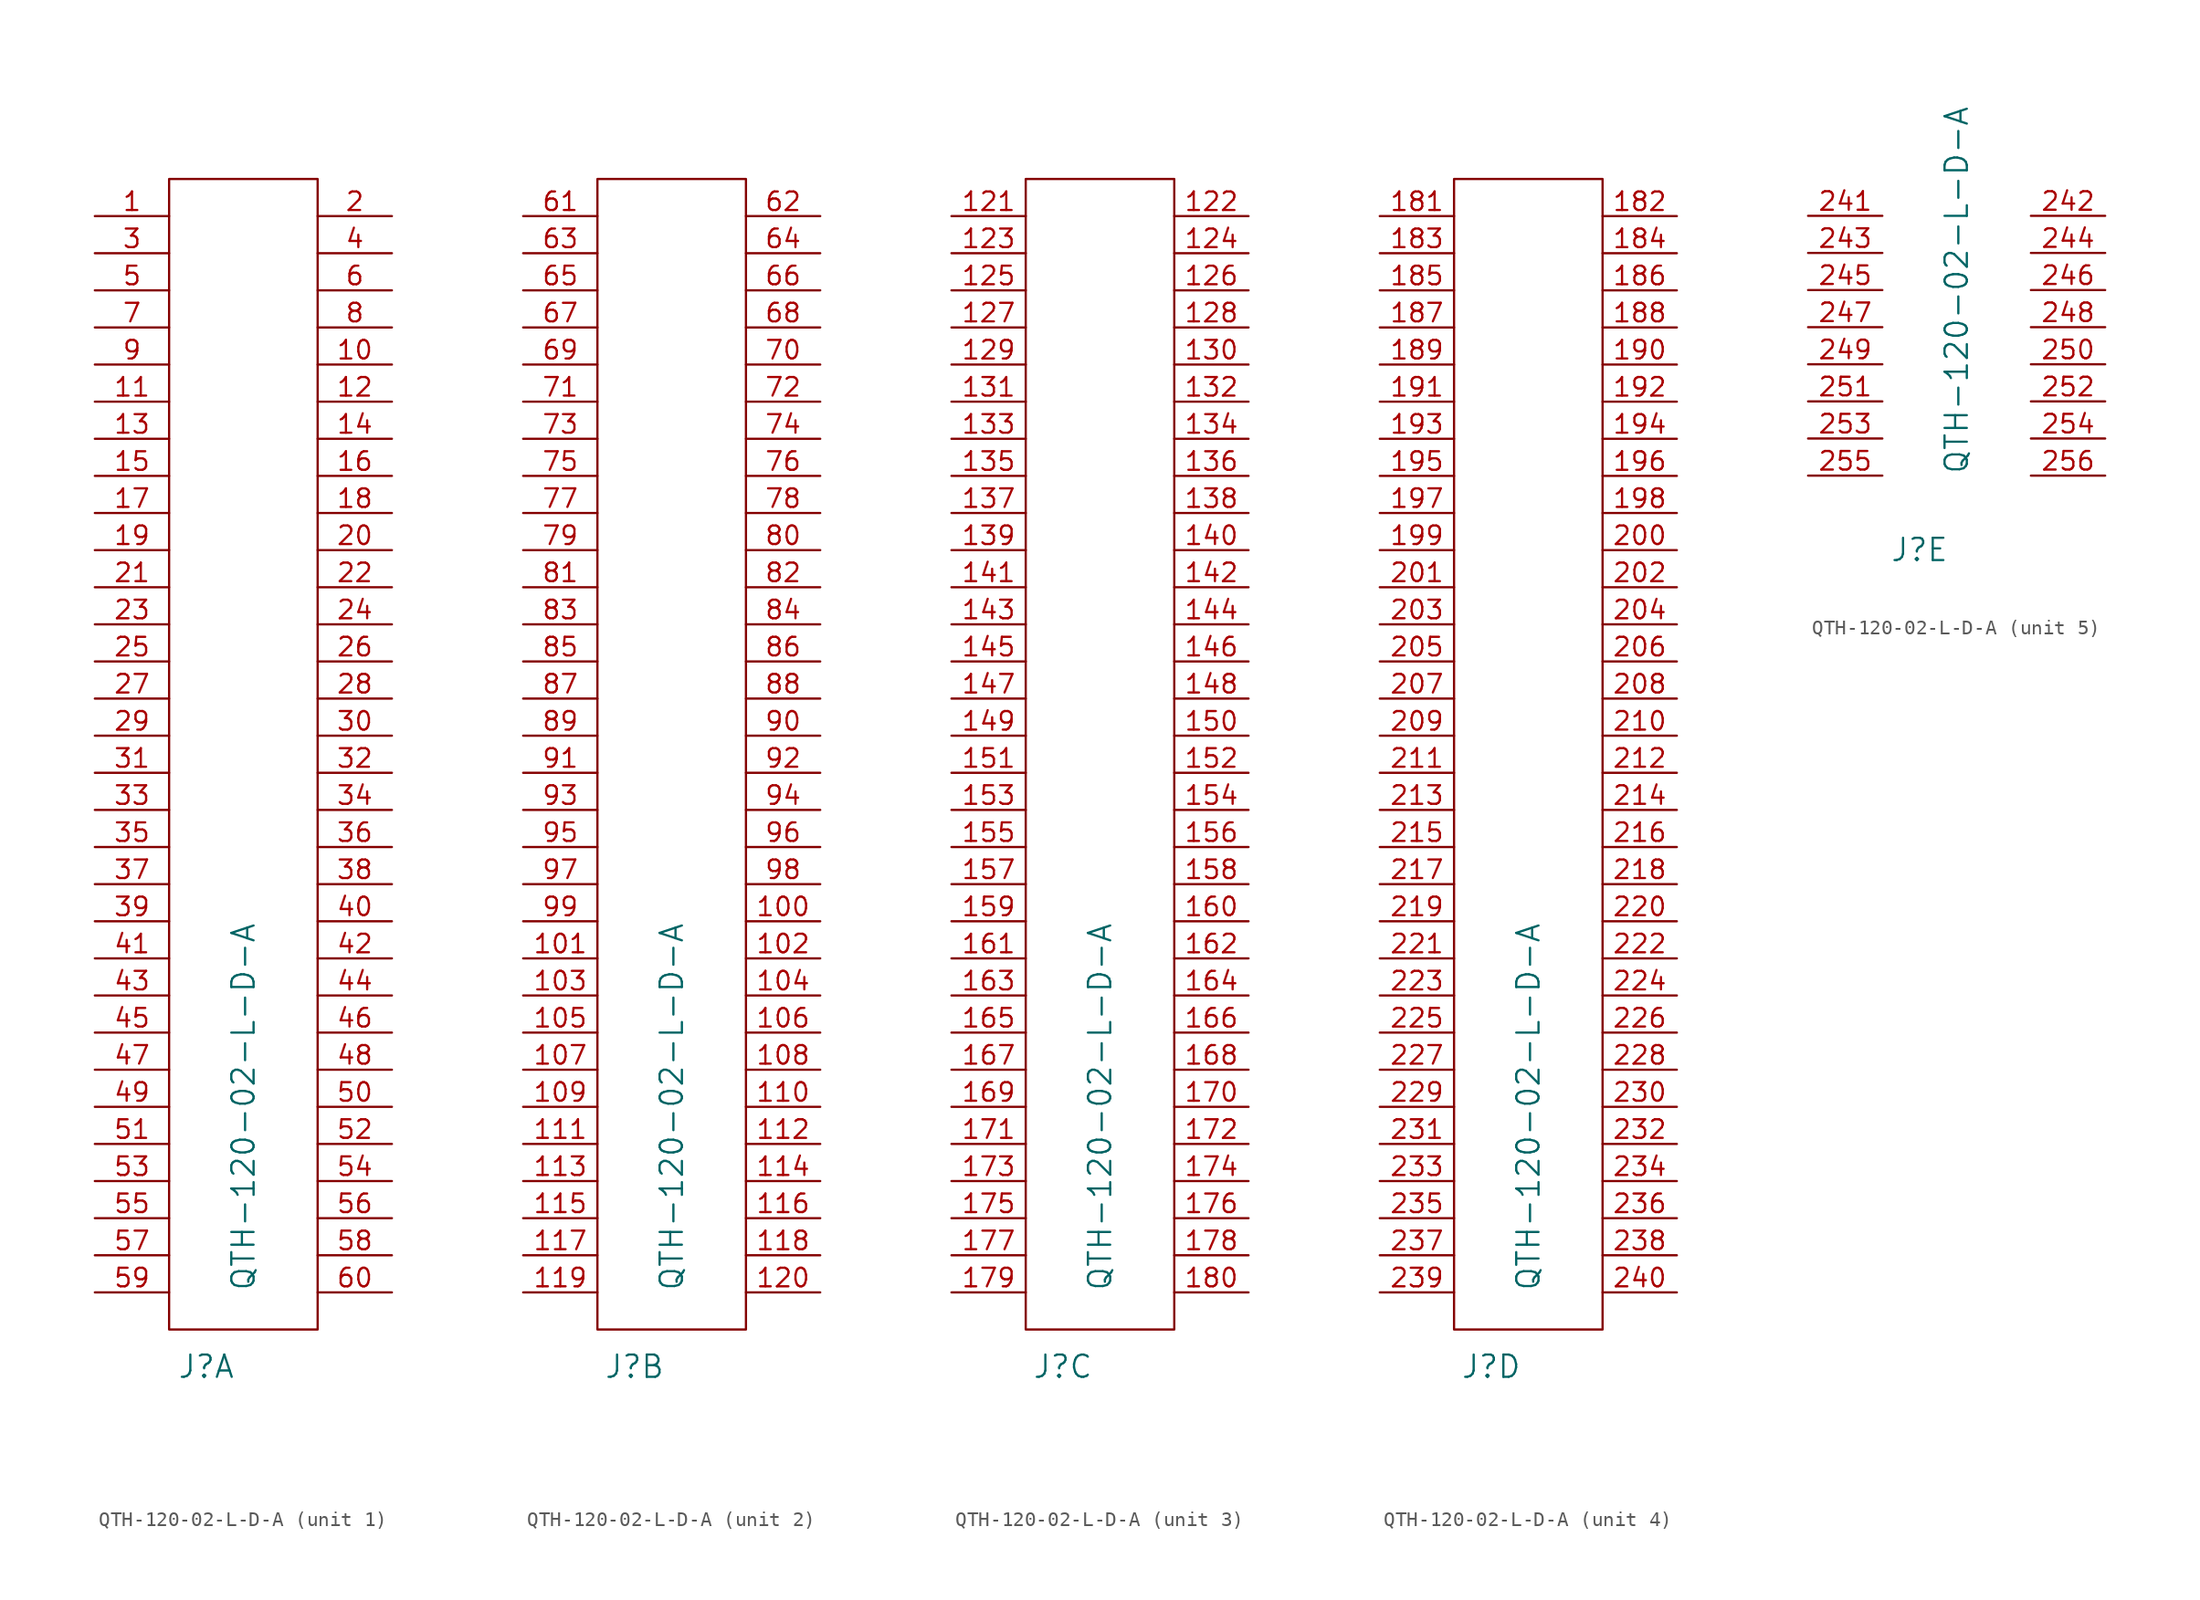
<source format=kicad_sym>
(kicad_symbol_lib
  (version 20220914)
  (generator kicad_symbol_editor)
  (symbol "QTH-120-02-L-D-A"
    (pin_names
      (offset 1.016) hide)
    (property "Reference" "J"
      (at 2.54 -2.54 0)
      (effects (font (size 1.524 1.524))))
    (property "Value" "QTH-120-02-L-D-A"
      (at 5.08 15.24 90)
      (effects (font (size 1.524 1.524))))
    (property "ki_locked" ""
      (at 0 0 0)
      (effects (font (size 1.27 1.27))))
    (symbol "QTH-120-02-L-D-A_1_1"
      (rectangle (start 0 78.74) (end 10.16 0) (stroke (width 0) (type solid)) (fill (type none)))
      (pin passive line (at -5.08 76.2 0) (length 5.08) (name "1" (effects (font (size 1.27 1.27)))) (number "1" (effects (font (size 1.27 1.27)))))
      (pin passive line (at 15.24 66.04 180) (length 5.08) (name "10" (effects (font (size 1.27 1.27)))) (number "10" (effects (font (size 1.27 1.27)))))
      (pin passive line (at -5.08 63.5 0) (length 5.08) (name "11" (effects (font (size 1.27 1.27)))) (number "11" (effects (font (size 1.27 1.27)))))
      (pin passive line (at 15.24 63.5 180) (length 5.08) (name "12" (effects (font (size 1.27 1.27)))) (number "12" (effects (font (size 1.27 1.27)))))
      (pin passive line (at -5.08 60.96 0) (length 5.08) (name "13" (effects (font (size 1.27 1.27)))) (number "13" (effects (font (size 1.27 1.27)))))
      (pin passive line (at 15.24 60.96 180) (length 5.08) (name "14" (effects (font (size 1.27 1.27)))) (number "14" (effects (font (size 1.27 1.27)))))
      (pin passive line (at -5.08 58.42 0) (length 5.08) (name "15" (effects (font (size 1.27 1.27)))) (number "15" (effects (font (size 1.27 1.27)))))
      (pin passive line (at 15.24 58.42 180) (length 5.08) (name "16" (effects (font (size 1.27 1.27)))) (number "16" (effects (font (size 1.27 1.27)))))
      (pin passive line (at -5.08 55.88 0) (length 5.08) (name "17" (effects (font (size 1.27 1.27)))) (number "17" (effects (font (size 1.27 1.27)))))
      (pin passive line (at 15.24 55.88 180) (length 5.08) (name "18" (effects (font (size 1.27 1.27)))) (number "18" (effects (font (size 1.27 1.27)))))
      (pin passive line (at -5.08 53.34 0) (length 5.08) (name "19" (effects (font (size 1.27 1.27)))) (number "19" (effects (font (size 1.27 1.27)))))
      (pin passive line (at 15.24 76.2 180) (length 5.08) (name "2" (effects (font (size 1.27 1.27)))) (number "2" (effects (font (size 1.27 1.27)))))
      (pin passive line (at 15.24 53.34 180) (length 5.08) (name "20" (effects (font (size 1.27 1.27)))) (number "20" (effects (font (size 1.27 1.27)))))
      (pin passive line (at -5.08 50.8 0) (length 5.08) (name "21" (effects (font (size 1.27 1.27)))) (number "21" (effects (font (size 1.27 1.27)))))
      (pin passive line (at 15.24 50.8 180) (length 5.08) (name "22" (effects (font (size 1.27 1.27)))) (number "22" (effects (font (size 1.27 1.27)))))
      (pin passive line (at -5.08 48.26 0) (length 5.08) (name "23" (effects (font (size 1.27 1.27)))) (number "23" (effects (font (size 1.27 1.27)))))
      (pin passive line (at 15.24 48.26 180) (length 5.08) (name "24" (effects (font (size 1.27 1.27)))) (number "24" (effects (font (size 1.27 1.27)))))
      (pin passive line (at -5.08 45.72 0) (length 5.08) (name "25" (effects (font (size 1.27 1.27)))) (number "25" (effects (font (size 1.27 1.27)))))
      (pin passive line (at 15.24 45.72 180) (length 5.08) (name "26" (effects (font (size 1.27 1.27)))) (number "26" (effects (font (size 1.27 1.27)))))
      (pin passive line (at -5.08 43.18 0) (length 5.08) (name "27" (effects (font (size 1.27 1.27)))) (number "27" (effects (font (size 1.27 1.27)))))
      (pin passive line (at 15.24 43.18 180) (length 5.08) (name "28" (effects (font (size 1.27 1.27)))) (number "28" (effects (font (size 1.27 1.27)))))
      (pin passive line (at -5.08 40.64 0) (length 5.08) (name "29" (effects (font (size 1.27 1.27)))) (number "29" (effects (font (size 1.27 1.27)))))
      (pin passive line (at -5.08 73.66 0) (length 5.08) (name "3" (effects (font (size 1.27 1.27)))) (number "3" (effects (font (size 1.27 1.27)))))
      (pin passive line (at 15.24 40.64 180) (length 5.08) (name "30" (effects (font (size 1.27 1.27)))) (number "30" (effects (font (size 1.27 1.27)))))
      (pin passive line (at -5.08 38.1 0) (length 5.08) (name "31" (effects (font (size 1.27 1.27)))) (number "31" (effects (font (size 1.27 1.27)))))
      (pin passive line (at 15.24 38.1 180) (length 5.08) (name "32" (effects (font (size 1.27 1.27)))) (number "32" (effects (font (size 1.27 1.27)))))
      (pin passive line (at -5.08 35.56 0) (length 5.08) (name "33" (effects (font (size 1.27 1.27)))) (number "33" (effects (font (size 1.27 1.27)))))
      (pin passive line (at 15.24 35.56 180) (length 5.08) (name "34" (effects (font (size 1.27 1.27)))) (number "34" (effects (font (size 1.27 1.27)))))
      (pin passive line (at -5.08 33.02 0) (length 5.08) (name "35" (effects (font (size 1.27 1.27)))) (number "35" (effects (font (size 1.27 1.27)))))
      (pin passive line (at 15.24 33.02 180) (length 5.08) (name "36" (effects (font (size 1.27 1.27)))) (number "36" (effects (font (size 1.27 1.27)))))
      (pin passive line (at -5.08 30.48 0) (length 5.08) (name "37" (effects (font (size 1.27 1.27)))) (number "37" (effects (font (size 1.27 1.27)))))
      (pin passive line (at 15.24 30.48 180) (length 5.08) (name "38" (effects (font (size 1.27 1.27)))) (number "38" (effects (font (size 1.27 1.27)))))
      (pin passive line (at -5.08 27.94 0) (length 5.08) (name "39" (effects (font (size 1.27 1.27)))) (number "39" (effects (font (size 1.27 1.27)))))
      (pin passive line (at 15.24 73.66 180) (length 5.08) (name "4" (effects (font (size 1.27 1.27)))) (number "4" (effects (font (size 1.27 1.27)))))
      (pin passive line (at 15.24 27.94 180) (length 5.08) (name "40" (effects (font (size 1.27 1.27)))) (number "40" (effects (font (size 1.27 1.27)))))
      (pin passive line (at -5.08 25.4 0) (length 5.08) (name "41" (effects (font (size 1.27 1.27)))) (number "41" (effects (font (size 1.27 1.27)))))
      (pin passive line (at 15.24 25.4 180) (length 5.08) (name "42" (effects (font (size 1.27 1.27)))) (number "42" (effects (font (size 1.27 1.27)))))
      (pin passive line (at -5.08 22.86 0) (length 5.08) (name "43" (effects (font (size 1.27 1.27)))) (number "43" (effects (font (size 1.27 1.27)))))
      (pin passive line (at 15.24 22.86 180) (length 5.08) (name "44" (effects (font (size 1.27 1.27)))) (number "44" (effects (font (size 1.27 1.27)))))
      (pin passive line (at -5.08 20.32 0) (length 5.08) (name "45" (effects (font (size 1.27 1.27)))) (number "45" (effects (font (size 1.27 1.27)))))
      (pin passive line (at 15.24 20.32 180) (length 5.08) (name "46" (effects (font (size 1.27 1.27)))) (number "46" (effects (font (size 1.27 1.27)))))
      (pin passive line (at -5.08 17.78 0) (length 5.08) (name "47" (effects (font (size 1.27 1.27)))) (number "47" (effects (font (size 1.27 1.27)))))
      (pin passive line (at 15.24 17.78 180) (length 5.08) (name "48" (effects (font (size 1.27 1.27)))) (number "48" (effects (font (size 1.27 1.27)))))
      (pin passive line (at -5.08 15.24 0) (length 5.08) (name "49" (effects (font (size 1.27 1.27)))) (number "49" (effects (font (size 1.27 1.27)))))
      (pin passive line (at -5.08 71.12 0) (length 5.08) (name "5" (effects (font (size 1.27 1.27)))) (number "5" (effects (font (size 1.27 1.27)))))
      (pin passive line (at 15.24 15.24 180) (length 5.08) (name "50" (effects (font (size 1.27 1.27)))) (number "50" (effects (font (size 1.27 1.27)))))
      (pin passive line (at -5.08 12.7 0) (length 5.08) (name "51" (effects (font (size 1.27 1.27)))) (number "51" (effects (font (size 1.27 1.27)))))
      (pin passive line (at 15.24 12.7 180) (length 5.08) (name "52" (effects (font (size 1.27 1.27)))) (number "52" (effects (font (size 1.27 1.27)))))
      (pin passive line (at -5.08 10.16 0) (length 5.08) (name "53" (effects (font (size 1.27 1.27)))) (number "53" (effects (font (size 1.27 1.27)))))
      (pin passive line (at 15.24 10.16 180) (length 5.08) (name "54" (effects (font (size 1.27 1.27)))) (number "54" (effects (font (size 1.27 1.27)))))
      (pin passive line (at -5.08 7.62 0) (length 5.08) (name "55" (effects (font (size 1.27 1.27)))) (number "55" (effects (font (size 1.27 1.27)))))
      (pin passive line (at 15.24 7.62 180) (length 5.08) (name "56" (effects (font (size 1.27 1.27)))) (number "56" (effects (font (size 1.27 1.27)))))
      (pin passive line (at -5.08 5.08 0) (length 5.08) (name "57" (effects (font (size 1.27 1.27)))) (number "57" (effects (font (size 1.27 1.27)))))
      (pin passive line (at 15.24 5.08 180) (length 5.08) (name "58" (effects (font (size 1.27 1.27)))) (number "58" (effects (font (size 1.27 1.27)))))
      (pin passive line (at -5.08 2.54 0) (length 5.08) (name "59" (effects (font (size 1.27 1.27)))) (number "59" (effects (font (size 1.27 1.27)))))
      (pin passive line (at 15.24 71.12 180) (length 5.08) (name "6" (effects (font (size 1.27 1.27)))) (number "6" (effects (font (size 1.27 1.27)))))
      (pin passive line (at 15.24 2.54 180) (length 5.08) (name "60" (effects (font (size 1.27 1.27)))) (number "60" (effects (font (size 1.27 1.27)))))
      (pin passive line (at -5.08 68.58 0) (length 5.08) (name "7" (effects (font (size 1.27 1.27)))) (number "7" (effects (font (size 1.27 1.27)))))
      (pin passive line (at 15.24 68.58 180) (length 5.08) (name "8" (effects (font (size 1.27 1.27)))) (number "8" (effects (font (size 1.27 1.27)))))
      (pin passive line (at -5.08 66.04 0) (length 5.08) (name "9" (effects (font (size 1.27 1.27)))) (number "9" (effects (font (size 1.27 1.27))))))
    (symbol "QTH-120-02-L-D-A_2_1"
      (rectangle (start 0 0) (end 10.16 78.74) (stroke (width 0) (type solid)) (fill (type none)))
      (pin passive line (at 15.24 27.94 180) (length 5.08) (name "100" (effects (font (size 1.27 1.27)))) (number "100" (effects (font (size 1.27 1.27)))))
      (pin passive line (at -5.08 25.4 0) (length 5.08) (name "101" (effects (font (size 1.27 1.27)))) (number "101" (effects (font (size 1.27 1.27)))))
      (pin passive line (at 15.24 25.4 180) (length 5.08) (name "102" (effects (font (size 1.27 1.27)))) (number "102" (effects (font (size 1.27 1.27)))))
      (pin passive line (at -5.08 22.86 0) (length 5.08) (name "103" (effects (font (size 1.27 1.27)))) (number "103" (effects (font (size 1.27 1.27)))))
      (pin passive line (at 15.24 22.86 180) (length 5.08) (name "104" (effects (font (size 1.27 1.27)))) (number "104" (effects (font (size 1.27 1.27)))))
      (pin passive line (at -5.08 20.32 0) (length 5.08) (name "105" (effects (font (size 1.27 1.27)))) (number "105" (effects (font (size 1.27 1.27)))))
      (pin passive line (at 15.24 20.32 180) (length 5.08) (name "106" (effects (font (size 1.27 1.27)))) (number "106" (effects (font (size 1.27 1.27)))))
      (pin passive line (at -5.08 17.78 0) (length 5.08) (name "107" (effects (font (size 1.27 1.27)))) (number "107" (effects (font (size 1.27 1.27)))))
      (pin passive line (at 15.24 17.78 180) (length 5.08) (name "108" (effects (font (size 1.27 1.27)))) (number "108" (effects (font (size 1.27 1.27)))))
      (pin passive line (at -5.08 15.24 0) (length 5.08) (name "109" (effects (font (size 1.27 1.27)))) (number "109" (effects (font (size 1.27 1.27)))))
      (pin passive line (at 15.24 15.24 180) (length 5.08) (name "110" (effects (font (size 1.27 1.27)))) (number "110" (effects (font (size 1.27 1.27)))))
      (pin passive line (at -5.08 12.7 0) (length 5.08) (name "111" (effects (font (size 1.27 1.27)))) (number "111" (effects (font (size 1.27 1.27)))))
      (pin passive line (at 15.24 12.7 180) (length 5.08) (name "112" (effects (font (size 1.27 1.27)))) (number "112" (effects (font (size 1.27 1.27)))))
      (pin passive line (at -5.08 10.16 0) (length 5.08) (name "113" (effects (font (size 1.27 1.27)))) (number "113" (effects (font (size 1.27 1.27)))))
      (pin passive line (at 15.24 10.16 180) (length 5.08) (name "114" (effects (font (size 1.27 1.27)))) (number "114" (effects (font (size 1.27 1.27)))))
      (pin passive line (at -5.08 7.62 0) (length 5.08) (name "115" (effects (font (size 1.27 1.27)))) (number "115" (effects (font (size 1.27 1.27)))))
      (pin passive line (at 15.24 7.62 180) (length 5.08) (name "116" (effects (font (size 1.27 1.27)))) (number "116" (effects (font (size 1.27 1.27)))))
      (pin passive line (at -5.08 5.08 0) (length 5.08) (name "117" (effects (font (size 1.27 1.27)))) (number "117" (effects (font (size 1.27 1.27)))))
      (pin passive line (at 15.24 5.08 180) (length 5.08) (name "118" (effects (font (size 1.27 1.27)))) (number "118" (effects (font (size 1.27 1.27)))))
      (pin passive line (at -5.08 2.54 0) (length 5.08) (name "119" (effects (font (size 1.27 1.27)))) (number "119" (effects (font (size 1.27 1.27)))))
      (pin passive line (at 15.24 2.54 180) (length 5.08) (name "120" (effects (font (size 1.27 1.27)))) (number "120" (effects (font (size 1.27 1.27)))))
      (pin passive line (at -5.08 76.2 0) (length 5.08) (name "61" (effects (font (size 1.27 1.27)))) (number "61" (effects (font (size 1.27 1.27)))))
      (pin passive line (at 15.24 76.2 180) (length 5.08) (name "62" (effects (font (size 1.27 1.27)))) (number "62" (effects (font (size 1.27 1.27)))))
      (pin passive line (at -5.08 73.66 0) (length 5.08) (name "63" (effects (font (size 1.27 1.27)))) (number "63" (effects (font (size 1.27 1.27)))))
      (pin passive line (at 15.24 73.66 180) (length 5.08) (name "64" (effects (font (size 1.27 1.27)))) (number "64" (effects (font (size 1.27 1.27)))))
      (pin passive line (at -5.08 71.12 0) (length 5.08) (name "65" (effects (font (size 1.27 1.27)))) (number "65" (effects (font (size 1.27 1.27)))))
      (pin passive line (at 15.24 71.12 180) (length 5.08) (name "66" (effects (font (size 1.27 1.27)))) (number "66" (effects (font (size 1.27 1.27)))))
      (pin passive line (at -5.08 68.58 0) (length 5.08) (name "67" (effects (font (size 1.27 1.27)))) (number "67" (effects (font (size 1.27 1.27)))))
      (pin passive line (at 15.24 68.58 180) (length 5.08) (name "68" (effects (font (size 1.27 1.27)))) (number "68" (effects (font (size 1.27 1.27)))))
      (pin passive line (at -5.08 66.04 0) (length 5.08) (name "69" (effects (font (size 1.27 1.27)))) (number "69" (effects (font (size 1.27 1.27)))))
      (pin passive line (at 15.24 66.04 180) (length 5.08) (name "70" (effects (font (size 1.27 1.27)))) (number "70" (effects (font (size 1.27 1.27)))))
      (pin passive line (at -5.08 63.5 0) (length 5.08) (name "71" (effects (font (size 1.27 1.27)))) (number "71" (effects (font (size 1.27 1.27)))))
      (pin passive line (at 15.24 63.5 180) (length 5.08) (name "72" (effects (font (size 1.27 1.27)))) (number "72" (effects (font (size 1.27 1.27)))))
      (pin passive line (at -5.08 60.96 0) (length 5.08) (name "73" (effects (font (size 1.27 1.27)))) (number "73" (effects (font (size 1.27 1.27)))))
      (pin passive line (at 15.24 60.96 180) (length 5.08) (name "74" (effects (font (size 1.27 1.27)))) (number "74" (effects (font (size 1.27 1.27)))))
      (pin passive line (at -5.08 58.42 0) (length 5.08) (name "75" (effects (font (size 1.27 1.27)))) (number "75" (effects (font (size 1.27 1.27)))))
      (pin passive line (at 15.24 58.42 180) (length 5.08) (name "76" (effects (font (size 1.27 1.27)))) (number "76" (effects (font (size 1.27 1.27)))))
      (pin passive line (at -5.08 55.88 0) (length 5.08) (name "77" (effects (font (size 1.27 1.27)))) (number "77" (effects (font (size 1.27 1.27)))))
      (pin passive line (at 15.24 55.88 180) (length 5.08) (name "78" (effects (font (size 1.27 1.27)))) (number "78" (effects (font (size 1.27 1.27)))))
      (pin passive line (at -5.08 53.34 0) (length 5.08) (name "79" (effects (font (size 1.27 1.27)))) (number "79" (effects (font (size 1.27 1.27)))))
      (pin passive line (at 15.24 53.34 180) (length 5.08) (name "80" (effects (font (size 1.27 1.27)))) (number "80" (effects (font (size 1.27 1.27)))))
      (pin passive line (at -5.08 50.8 0) (length 5.08) (name "81" (effects (font (size 1.27 1.27)))) (number "81" (effects (font (size 1.27 1.27)))))
      (pin passive line (at 15.24 50.8 180) (length 5.08) (name "82" (effects (font (size 1.27 1.27)))) (number "82" (effects (font (size 1.27 1.27)))))
      (pin passive line (at -5.08 48.26 0) (length 5.08) (name "83" (effects (font (size 1.27 1.27)))) (number "83" (effects (font (size 1.27 1.27)))))
      (pin passive line (at 15.24 48.26 180) (length 5.08) (name "84" (effects (font (size 1.27 1.27)))) (number "84" (effects (font (size 1.27 1.27)))))
      (pin passive line (at -5.08 45.72 0) (length 5.08) (name "85" (effects (font (size 1.27 1.27)))) (number "85" (effects (font (size 1.27 1.27)))))
      (pin passive line (at 15.24 45.72 180) (length 5.08) (name "86" (effects (font (size 1.27 1.27)))) (number "86" (effects (font (size 1.27 1.27)))))
      (pin passive line (at -5.08 43.18 0) (length 5.08) (name "87" (effects (font (size 1.27 1.27)))) (number "87" (effects (font (size 1.27 1.27)))))
      (pin passive line (at 15.24 43.18 180) (length 5.08) (name "88" (effects (font (size 1.27 1.27)))) (number "88" (effects (font (size 1.27 1.27)))))
      (pin passive line (at -5.08 40.64 0) (length 5.08) (name "89" (effects (font (size 1.27 1.27)))) (number "89" (effects (font (size 1.27 1.27)))))
      (pin passive line (at 15.24 40.64 180) (length 5.08) (name "90" (effects (font (size 1.27 1.27)))) (number "90" (effects (font (size 1.27 1.27)))))
      (pin passive line (at -5.08 38.1 0) (length 5.08) (name "91" (effects (font (size 1.27 1.27)))) (number "91" (effects (font (size 1.27 1.27)))))
      (pin passive line (at 15.24 38.1 180) (length 5.08) (name "92" (effects (font (size 1.27 1.27)))) (number "92" (effects (font (size 1.27 1.27)))))
      (pin passive line (at -5.08 35.56 0) (length 5.08) (name "93" (effects (font (size 1.27 1.27)))) (number "93" (effects (font (size 1.27 1.27)))))
      (pin passive line (at 15.24 35.56 180) (length 5.08) (name "94" (effects (font (size 1.27 1.27)))) (number "94" (effects (font (size 1.27 1.27)))))
      (pin passive line (at -5.08 33.02 0) (length 5.08) (name "95" (effects (font (size 1.27 1.27)))) (number "95" (effects (font (size 1.27 1.27)))))
      (pin passive line (at 15.24 33.02 180) (length 5.08) (name "96" (effects (font (size 1.27 1.27)))) (number "96" (effects (font (size 1.27 1.27)))))
      (pin passive line (at -5.08 30.48 0) (length 5.08) (name "97" (effects (font (size 1.27 1.27)))) (number "97" (effects (font (size 1.27 1.27)))))
      (pin passive line (at 15.24 30.48 180) (length 5.08) (name "98" (effects (font (size 1.27 1.27)))) (number "98" (effects (font (size 1.27 1.27)))))
      (pin passive line (at -5.08 27.94 0) (length 5.08) (name "99" (effects (font (size 1.27 1.27)))) (number "99" (effects (font (size 1.27 1.27))))))
    (symbol "QTH-120-02-L-D-A_3_1"
      (rectangle (start 0 78.74) (end 10.16 0) (stroke (width 0) (type solid)) (fill (type none)))
      (pin passive line (at -5.08 76.2 0) (length 5.08) (name "121" (effects (font (size 1.27 1.27)))) (number "121" (effects (font (size 1.27 1.27)))))
      (pin passive line (at 15.24 76.2 180) (length 5.08) (name "122" (effects (font (size 1.27 1.27)))) (number "122" (effects (font (size 1.27 1.27)))))
      (pin passive line (at -5.08 73.66 0) (length 5.08) (name "123" (effects (font (size 1.27 1.27)))) (number "123" (effects (font (size 1.27 1.27)))))
      (pin passive line (at 15.24 73.66 180) (length 5.08) (name "124" (effects (font (size 1.27 1.27)))) (number "124" (effects (font (size 1.27 1.27)))))
      (pin passive line (at -5.08 71.12 0) (length 5.08) (name "125" (effects (font (size 1.27 1.27)))) (number "125" (effects (font (size 1.27 1.27)))))
      (pin passive line (at 15.24 71.12 180) (length 5.08) (name "126" (effects (font (size 1.27 1.27)))) (number "126" (effects (font (size 1.27 1.27)))))
      (pin passive line (at -5.08 68.58 0) (length 5.08) (name "127" (effects (font (size 1.27 1.27)))) (number "127" (effects (font (size 1.27 1.27)))))
      (pin passive line (at 15.24 68.58 180) (length 5.08) (name "128" (effects (font (size 1.27 1.27)))) (number "128" (effects (font (size 1.27 1.27)))))
      (pin passive line (at -5.08 66.04 0) (length 5.08) (name "129" (effects (font (size 1.27 1.27)))) (number "129" (effects (font (size 1.27 1.27)))))
      (pin passive line (at 15.24 66.04 180) (length 5.08) (name "130" (effects (font (size 1.27 1.27)))) (number "130" (effects (font (size 1.27 1.27)))))
      (pin passive line (at -5.08 63.5 0) (length 5.08) (name "131" (effects (font (size 1.27 1.27)))) (number "131" (effects (font (size 1.27 1.27)))))
      (pin passive line (at 15.24 63.5 180) (length 5.08) (name "132" (effects (font (size 1.27 1.27)))) (number "132" (effects (font (size 1.27 1.27)))))
      (pin passive line (at -5.08 60.96 0) (length 5.08) (name "133" (effects (font (size 1.27 1.27)))) (number "133" (effects (font (size 1.27 1.27)))))
      (pin passive line (at 15.24 60.96 180) (length 5.08) (name "134" (effects (font (size 1.27 1.27)))) (number "134" (effects (font (size 1.27 1.27)))))
      (pin passive line (at -5.08 58.42 0) (length 5.08) (name "135" (effects (font (size 1.27 1.27)))) (number "135" (effects (font (size 1.27 1.27)))))
      (pin passive line (at 15.24 58.42 180) (length 5.08) (name "136" (effects (font (size 1.27 1.27)))) (number "136" (effects (font (size 1.27 1.27)))))
      (pin passive line (at -5.08 55.88 0) (length 5.08) (name "137" (effects (font (size 1.27 1.27)))) (number "137" (effects (font (size 1.27 1.27)))))
      (pin passive line (at 15.24 55.88 180) (length 5.08) (name "138" (effects (font (size 1.27 1.27)))) (number "138" (effects (font (size 1.27 1.27)))))
      (pin passive line (at -5.08 53.34 0) (length 5.08) (name "139" (effects (font (size 1.27 1.27)))) (number "139" (effects (font (size 1.27 1.27)))))
      (pin passive line (at 15.24 53.34 180) (length 5.08) (name "140" (effects (font (size 1.27 1.27)))) (number "140" (effects (font (size 1.27 1.27)))))
      (pin passive line (at -5.08 50.8 0) (length 5.08) (name "141" (effects (font (size 1.27 1.27)))) (number "141" (effects (font (size 1.27 1.27)))))
      (pin passive line (at 15.24 50.8 180) (length 5.08) (name "142" (effects (font (size 1.27 1.27)))) (number "142" (effects (font (size 1.27 1.27)))))
      (pin passive line (at -5.08 48.26 0) (length 5.08) (name "143" (effects (font (size 1.27 1.27)))) (number "143" (effects (font (size 1.27 1.27)))))
      (pin passive line (at 15.24 48.26 180) (length 5.08) (name "144" (effects (font (size 1.27 1.27)))) (number "144" (effects (font (size 1.27 1.27)))))
      (pin passive line (at -5.08 45.72 0) (length 5.08) (name "145" (effects (font (size 1.27 1.27)))) (number "145" (effects (font (size 1.27 1.27)))))
      (pin passive line (at 15.24 45.72 180) (length 5.08) (name "146" (effects (font (size 1.27 1.27)))) (number "146" (effects (font (size 1.27 1.27)))))
      (pin passive line (at -5.08 43.18 0) (length 5.08) (name "147" (effects (font (size 1.27 1.27)))) (number "147" (effects (font (size 1.27 1.27)))))
      (pin passive line (at 15.24 43.18 180) (length 5.08) (name "148" (effects (font (size 1.27 1.27)))) (number "148" (effects (font (size 1.27 1.27)))))
      (pin passive line (at -5.08 40.64 0) (length 5.08) (name "149" (effects (font (size 1.27 1.27)))) (number "149" (effects (font (size 1.27 1.27)))))
      (pin passive line (at 15.24 40.64 180) (length 5.08) (name "150" (effects (font (size 1.27 1.27)))) (number "150" (effects (font (size 1.27 1.27)))))
      (pin passive line (at -5.08 38.1 0) (length 5.08) (name "151" (effects (font (size 1.27 1.27)))) (number "151" (effects (font (size 1.27 1.27)))))
      (pin passive line (at 15.24 38.1 180) (length 5.08) (name "152" (effects (font (size 1.27 1.27)))) (number "152" (effects (font (size 1.27 1.27)))))
      (pin passive line (at -5.08 35.56 0) (length 5.08) (name "153" (effects (font (size 1.27 1.27)))) (number "153" (effects (font (size 1.27 1.27)))))
      (pin passive line (at 15.24 35.56 180) (length 5.08) (name "154" (effects (font (size 1.27 1.27)))) (number "154" (effects (font (size 1.27 1.27)))))
      (pin passive line (at -5.08 33.02 0) (length 5.08) (name "155" (effects (font (size 1.27 1.27)))) (number "155" (effects (font (size 1.27 1.27)))))
      (pin passive line (at 15.24 33.02 180) (length 5.08) (name "156" (effects (font (size 1.27 1.27)))) (number "156" (effects (font (size 1.27 1.27)))))
      (pin passive line (at -5.08 30.48 0) (length 5.08) (name "157" (effects (font (size 1.27 1.27)))) (number "157" (effects (font (size 1.27 1.27)))))
      (pin passive line (at 15.24 30.48 180) (length 5.08) (name "158" (effects (font (size 1.27 1.27)))) (number "158" (effects (font (size 1.27 1.27)))))
      (pin passive line (at -5.08 27.94 0) (length 5.08) (name "159" (effects (font (size 1.27 1.27)))) (number "159" (effects (font (size 1.27 1.27)))))
      (pin passive line (at 15.24 27.94 180) (length 5.08) (name "160" (effects (font (size 1.27 1.27)))) (number "160" (effects (font (size 1.27 1.27)))))
      (pin passive line (at -5.08 25.4 0) (length 5.08) (name "161" (effects (font (size 1.27 1.27)))) (number "161" (effects (font (size 1.27 1.27)))))
      (pin passive line (at 15.24 25.4 180) (length 5.08) (name "162" (effects (font (size 1.27 1.27)))) (number "162" (effects (font (size 1.27 1.27)))))
      (pin passive line (at -5.08 22.86 0) (length 5.08) (name "163" (effects (font (size 1.27 1.27)))) (number "163" (effects (font (size 1.27 1.27)))))
      (pin passive line (at 15.24 22.86 180) (length 5.08) (name "164" (effects (font (size 1.27 1.27)))) (number "164" (effects (font (size 1.27 1.27)))))
      (pin passive line (at -5.08 20.32 0) (length 5.08) (name "165" (effects (font (size 1.27 1.27)))) (number "165" (effects (font (size 1.27 1.27)))))
      (pin passive line (at 15.24 20.32 180) (length 5.08) (name "166" (effects (font (size 1.27 1.27)))) (number "166" (effects (font (size 1.27 1.27)))))
      (pin passive line (at -5.08 17.78 0) (length 5.08) (name "167" (effects (font (size 1.27 1.27)))) (number "167" (effects (font (size 1.27 1.27)))))
      (pin passive line (at 15.24 17.78 180) (length 5.08) (name "168" (effects (font (size 1.27 1.27)))) (number "168" (effects (font (size 1.27 1.27)))))
      (pin passive line (at -5.08 15.24 0) (length 5.08) (name "169" (effects (font (size 1.27 1.27)))) (number "169" (effects (font (size 1.27 1.27)))))
      (pin passive line (at 15.24 15.24 180) (length 5.08) (name "170" (effects (font (size 1.27 1.27)))) (number "170" (effects (font (size 1.27 1.27)))))
      (pin passive line (at -5.08 12.7 0) (length 5.08) (name "171" (effects (font (size 1.27 1.27)))) (number "171" (effects (font (size 1.27 1.27)))))
      (pin passive line (at 15.24 12.7 180) (length 5.08) (name "172" (effects (font (size 1.27 1.27)))) (number "172" (effects (font (size 1.27 1.27)))))
      (pin passive line (at -5.08 10.16 0) (length 5.08) (name "173" (effects (font (size 1.27 1.27)))) (number "173" (effects (font (size 1.27 1.27)))))
      (pin passive line (at 15.24 10.16 180) (length 5.08) (name "174" (effects (font (size 1.27 1.27)))) (number "174" (effects (font (size 1.27 1.27)))))
      (pin passive line (at -5.08 7.62 0) (length 5.08) (name "175" (effects (font (size 1.27 1.27)))) (number "175" (effects (font (size 1.27 1.27)))))
      (pin passive line (at 15.24 7.62 180) (length 5.08) (name "176" (effects (font (size 1.27 1.27)))) (number "176" (effects (font (size 1.27 1.27)))))
      (pin passive line (at -5.08 5.08 0) (length 5.08) (name "177" (effects (font (size 1.27 1.27)))) (number "177" (effects (font (size 1.27 1.27)))))
      (pin passive line (at 15.24 5.08 180) (length 5.08) (name "178" (effects (font (size 1.27 1.27)))) (number "178" (effects (font (size 1.27 1.27)))))
      (pin passive line (at -5.08 2.54 0) (length 5.08) (name "179" (effects (font (size 1.27 1.27)))) (number "179" (effects (font (size 1.27 1.27)))))
      (pin passive line (at 15.24 2.54 180) (length 5.08) (name "180" (effects (font (size 1.27 1.27)))) (number "180" (effects (font (size 1.27 1.27))))))
    (symbol "QTH-120-02-L-D-A_4_1"
      (rectangle (start 0 78.74) (end 10.16 0) (stroke (width 0) (type solid)) (fill (type none)))
      (pin passive line (at -5.08 76.2 0) (length 5.08) (name "181" (effects (font (size 1.27 1.27)))) (number "181" (effects (font (size 1.27 1.27)))))
      (pin passive line (at 15.24 76.2 180) (length 5.08) (name "182" (effects (font (size 1.27 1.27)))) (number "182" (effects (font (size 1.27 1.27)))))
      (pin passive line (at -5.08 73.66 0) (length 5.08) (name "183" (effects (font (size 1.27 1.27)))) (number "183" (effects (font (size 1.27 1.27)))))
      (pin passive line (at 15.24 73.66 180) (length 5.08) (name "184" (effects (font (size 1.27 1.27)))) (number "184" (effects (font (size 1.27 1.27)))))
      (pin passive line (at -5.08 71.12 0) (length 5.08) (name "185" (effects (font (size 1.27 1.27)))) (number "185" (effects (font (size 1.27 1.27)))))
      (pin passive line (at 15.24 71.12 180) (length 5.08) (name "186" (effects (font (size 1.27 1.27)))) (number "186" (effects (font (size 1.27 1.27)))))
      (pin passive line (at -5.08 68.58 0) (length 5.08) (name "187" (effects (font (size 1.27 1.27)))) (number "187" (effects (font (size 1.27 1.27)))))
      (pin passive line (at 15.24 68.58 180) (length 5.08) (name "188" (effects (font (size 1.27 1.27)))) (number "188" (effects (font (size 1.27 1.27)))))
      (pin passive line (at -5.08 66.04 0) (length 5.08) (name "189" (effects (font (size 1.27 1.27)))) (number "189" (effects (font (size 1.27 1.27)))))
      (pin passive line (at 15.24 66.04 180) (length 5.08) (name "190" (effects (font (size 1.27 1.27)))) (number "190" (effects (font (size 1.27 1.27)))))
      (pin passive line (at -5.08 63.5 0) (length 5.08) (name "191" (effects (font (size 1.27 1.27)))) (number "191" (effects (font (size 1.27 1.27)))))
      (pin passive line (at 15.24 63.5 180) (length 5.08) (name "192" (effects (font (size 1.27 1.27)))) (number "192" (effects (font (size 1.27 1.27)))))
      (pin passive line (at -5.08 60.96 0) (length 5.08) (name "193" (effects (font (size 1.27 1.27)))) (number "193" (effects (font (size 1.27 1.27)))))
      (pin passive line (at 15.24 60.96 180) (length 5.08) (name "194" (effects (font (size 1.27 1.27)))) (number "194" (effects (font (size 1.27 1.27)))))
      (pin passive line (at -5.08 58.42 0) (length 5.08) (name "195" (effects (font (size 1.27 1.27)))) (number "195" (effects (font (size 1.27 1.27)))))
      (pin passive line (at 15.24 58.42 180) (length 5.08) (name "196" (effects (font (size 1.27 1.27)))) (number "196" (effects (font (size 1.27 1.27)))))
      (pin passive line (at -5.08 55.88 0) (length 5.08) (name "197" (effects (font (size 1.27 1.27)))) (number "197" (effects (font (size 1.27 1.27)))))
      (pin passive line (at 15.24 55.88 180) (length 5.08) (name "198" (effects (font (size 1.27 1.27)))) (number "198" (effects (font (size 1.27 1.27)))))
      (pin passive line (at -5.08 53.34 0) (length 5.08) (name "199" (effects (font (size 1.27 1.27)))) (number "199" (effects (font (size 1.27 1.27)))))
      (pin passive line (at 15.24 53.34 180) (length 5.08) (name "200" (effects (font (size 1.27 1.27)))) (number "200" (effects (font (size 1.27 1.27)))))
      (pin passive line (at -5.08 50.8 0) (length 5.08) (name "201" (effects (font (size 1.27 1.27)))) (number "201" (effects (font (size 1.27 1.27)))))
      (pin passive line (at 15.24 50.8 180) (length 5.08) (name "202" (effects (font (size 1.27 1.27)))) (number "202" (effects (font (size 1.27 1.27)))))
      (pin passive line (at -5.08 48.26 0) (length 5.08) (name "203" (effects (font (size 1.27 1.27)))) (number "203" (effects (font (size 1.27 1.27)))))
      (pin passive line (at 15.24 48.26 180) (length 5.08) (name "204" (effects (font (size 1.27 1.27)))) (number "204" (effects (font (size 1.27 1.27)))))
      (pin passive line (at -5.08 45.72 0) (length 5.08) (name "205" (effects (font (size 1.27 1.27)))) (number "205" (effects (font (size 1.27 1.27)))))
      (pin passive line (at 15.24 45.72 180) (length 5.08) (name "206" (effects (font (size 1.27 1.27)))) (number "206" (effects (font (size 1.27 1.27)))))
      (pin passive line (at -5.08 43.18 0) (length 5.08) (name "207" (effects (font (size 1.27 1.27)))) (number "207" (effects (font (size 1.27 1.27)))))
      (pin passive line (at 15.24 43.18 180) (length 5.08) (name "208" (effects (font (size 1.27 1.27)))) (number "208" (effects (font (size 1.27 1.27)))))
      (pin passive line (at -5.08 40.64 0) (length 5.08) (name "209" (effects (font (size 1.27 1.27)))) (number "209" (effects (font (size 1.27 1.27)))))
      (pin passive line (at 15.24 40.64 180) (length 5.08) (name "210" (effects (font (size 1.27 1.27)))) (number "210" (effects (font (size 1.27 1.27)))))
      (pin passive line (at -5.08 38.1 0) (length 5.08) (name "211" (effects (font (size 1.27 1.27)))) (number "211" (effects (font (size 1.27 1.27)))))
      (pin passive line (at 15.24 38.1 180) (length 5.08) (name "212" (effects (font (size 1.27 1.27)))) (number "212" (effects (font (size 1.27 1.27)))))
      (pin passive line (at -5.08 35.56 0) (length 5.08) (name "213" (effects (font (size 1.27 1.27)))) (number "213" (effects (font (size 1.27 1.27)))))
      (pin passive line (at 15.24 35.56 180) (length 5.08) (name "214" (effects (font (size 1.27 1.27)))) (number "214" (effects (font (size 1.27 1.27)))))
      (pin passive line (at -5.08 33.02 0) (length 5.08) (name "215" (effects (font (size 1.27 1.27)))) (number "215" (effects (font (size 1.27 1.27)))))
      (pin passive line (at 15.24 33.02 180) (length 5.08) (name "216" (effects (font (size 1.27 1.27)))) (number "216" (effects (font (size 1.27 1.27)))))
      (pin passive line (at -5.08 30.48 0) (length 5.08) (name "217" (effects (font (size 1.27 1.27)))) (number "217" (effects (font (size 1.27 1.27)))))
      (pin passive line (at 15.24 30.48 180) (length 5.08) (name "218" (effects (font (size 1.27 1.27)))) (number "218" (effects (font (size 1.27 1.27)))))
      (pin passive line (at -5.08 27.94 0) (length 5.08) (name "219" (effects (font (size 1.27 1.27)))) (number "219" (effects (font (size 1.27 1.27)))))
      (pin passive line (at 15.24 27.94 180) (length 5.08) (name "220" (effects (font (size 1.27 1.27)))) (number "220" (effects (font (size 1.27 1.27)))))
      (pin passive line (at -5.08 25.4 0) (length 5.08) (name "221" (effects (font (size 1.27 1.27)))) (number "221" (effects (font (size 1.27 1.27)))))
      (pin passive line (at 15.24 25.4 180) (length 5.08) (name "222" (effects (font (size 1.27 1.27)))) (number "222" (effects (font (size 1.27 1.27)))))
      (pin passive line (at -5.08 22.86 0) (length 5.08) (name "223" (effects (font (size 1.27 1.27)))) (number "223" (effects (font (size 1.27 1.27)))))
      (pin passive line (at 15.24 22.86 180) (length 5.08) (name "224" (effects (font (size 1.27 1.27)))) (number "224" (effects (font (size 1.27 1.27)))))
      (pin passive line (at -5.08 20.32 0) (length 5.08) (name "225" (effects (font (size 1.27 1.27)))) (number "225" (effects (font (size 1.27 1.27)))))
      (pin passive line (at 15.24 20.32 180) (length 5.08) (name "226" (effects (font (size 1.27 1.27)))) (number "226" (effects (font (size 1.27 1.27)))))
      (pin passive line (at -5.08 17.78 0) (length 5.08) (name "227" (effects (font (size 1.27 1.27)))) (number "227" (effects (font (size 1.27 1.27)))))
      (pin passive line (at 15.24 17.78 180) (length 5.08) (name "228" (effects (font (size 1.27 1.27)))) (number "228" (effects (font (size 1.27 1.27)))))
      (pin passive line (at -5.08 15.24 0) (length 5.08) (name "229" (effects (font (size 1.27 1.27)))) (number "229" (effects (font (size 1.27 1.27)))))
      (pin passive line (at 15.24 15.24 180) (length 5.08) (name "230" (effects (font (size 1.27 1.27)))) (number "230" (effects (font (size 1.27 1.27)))))
      (pin passive line (at -5.08 12.7 0) (length 5.08) (name "231" (effects (font (size 1.27 1.27)))) (number "231" (effects (font (size 1.27 1.27)))))
      (pin passive line (at 15.24 12.7 180) (length 5.08) (name "232" (effects (font (size 1.27 1.27)))) (number "232" (effects (font (size 1.27 1.27)))))
      (pin passive line (at -5.08 10.16 0) (length 5.08) (name "233" (effects (font (size 1.27 1.27)))) (number "233" (effects (font (size 1.27 1.27)))))
      (pin passive line (at 15.24 10.16 180) (length 5.08) (name "234" (effects (font (size 1.27 1.27)))) (number "234" (effects (font (size 1.27 1.27)))))
      (pin passive line (at -5.08 7.62 0) (length 5.08) (name "235" (effects (font (size 1.27 1.27)))) (number "235" (effects (font (size 1.27 1.27)))))
      (pin passive line (at 15.24 7.62 180) (length 5.08) (name "236" (effects (font (size 1.27 1.27)))) (number "236" (effects (font (size 1.27 1.27)))))
      (pin passive line (at -5.08 5.08 0) (length 5.08) (name "237" (effects (font (size 1.27 1.27)))) (number "237" (effects (font (size 1.27 1.27)))))
      (pin passive line (at 15.24 5.08 180) (length 5.08) (name "238" (effects (font (size 1.27 1.27)))) (number "238" (effects (font (size 1.27 1.27)))))
      (pin passive line (at -5.08 2.54 0) (length 5.08) (name "239" (effects (font (size 1.27 1.27)))) (number "239" (effects (font (size 1.27 1.27)))))
      (pin passive line (at 15.24 2.54 180) (length 5.08) (name "240" (effects (font (size 1.27 1.27)))) (number "240" (effects (font (size 1.27 1.27))))))
    (symbol "QTH-120-02-L-D-A_5_1"
      (pin passive line (at -5.08 20.32 0) (length 5.08) (name "241" (effects (font (size 1.27 1.27)))) (number "241" (effects (font (size 1.27 1.27)))))
      (pin passive line (at 15.24 20.32 180) (length 5.08) (name "242" (effects (font (size 1.27 1.27)))) (number "242" (effects (font (size 1.27 1.27)))))
      (pin passive line (at -5.08 17.78 0) (length 5.08) (name "243" (effects (font (size 1.27 1.27)))) (number "243" (effects (font (size 1.27 1.27)))))
      (pin passive line (at 15.24 17.78 180) (length 5.08) (name "244" (effects (font (size 1.27 1.27)))) (number "244" (effects (font (size 1.27 1.27)))))
      (pin passive line (at -5.08 15.24 0) (length 5.08) (name "245" (effects (font (size 1.27 1.27)))) (number "245" (effects (font (size 1.27 1.27)))))
      (pin passive line (at 15.24 15.24 180) (length 5.08) (name "246" (effects (font (size 1.27 1.27)))) (number "246" (effects (font (size 1.27 1.27)))))
      (pin passive line (at -5.08 12.7 0) (length 5.08) (name "247" (effects (font (size 1.27 1.27)))) (number "247" (effects (font (size 1.27 1.27)))))
      (pin passive line (at 15.24 12.7 180) (length 5.08) (name "248" (effects (font (size 1.27 1.27)))) (number "248" (effects (font (size 1.27 1.27)))))
      (pin passive line (at -5.08 10.16 0) (length 5.08) (name "249" (effects (font (size 1.27 1.27)))) (number "249" (effects (font (size 1.27 1.27)))))
      (pin passive line (at 15.24 10.16 180) (length 5.08) (name "250" (effects (font (size 1.27 1.27)))) (number "250" (effects (font (size 1.27 1.27)))))
      (pin passive line (at -5.08 7.62 0) (length 5.08) (name "251" (effects (font (size 1.27 1.27)))) (number "251" (effects (font (size 1.27 1.27)))))
      (pin passive line (at 15.24 7.62 180) (length 5.08) (name "252" (effects (font (size 1.27 1.27)))) (number "252" (effects (font (size 1.27 1.27)))))
      (pin passive line (at -5.08 5.08 0) (length 5.08) (name "253" (effects (font (size 1.27 1.27)))) (number "253" (effects (font (size 1.27 1.27)))))
      (pin passive line (at 15.24 5.08 180) (length 5.08) (name "254" (effects (font (size 1.27 1.27)))) (number "254" (effects (font (size 1.27 1.27)))))
      (pin passive line (at -5.08 2.54 0) (length 5.08) (name "255" (effects (font (size 1.27 1.27)))) (number "255" (effects (font (size 1.27 1.27)))))
      (pin passive line (at 15.24 2.54 180) (length 5.08) (name "256" (effects (font (size 1.27 1.27)))) (number "256" (effects (font (size 1.27 1.27))))))))
</source>
